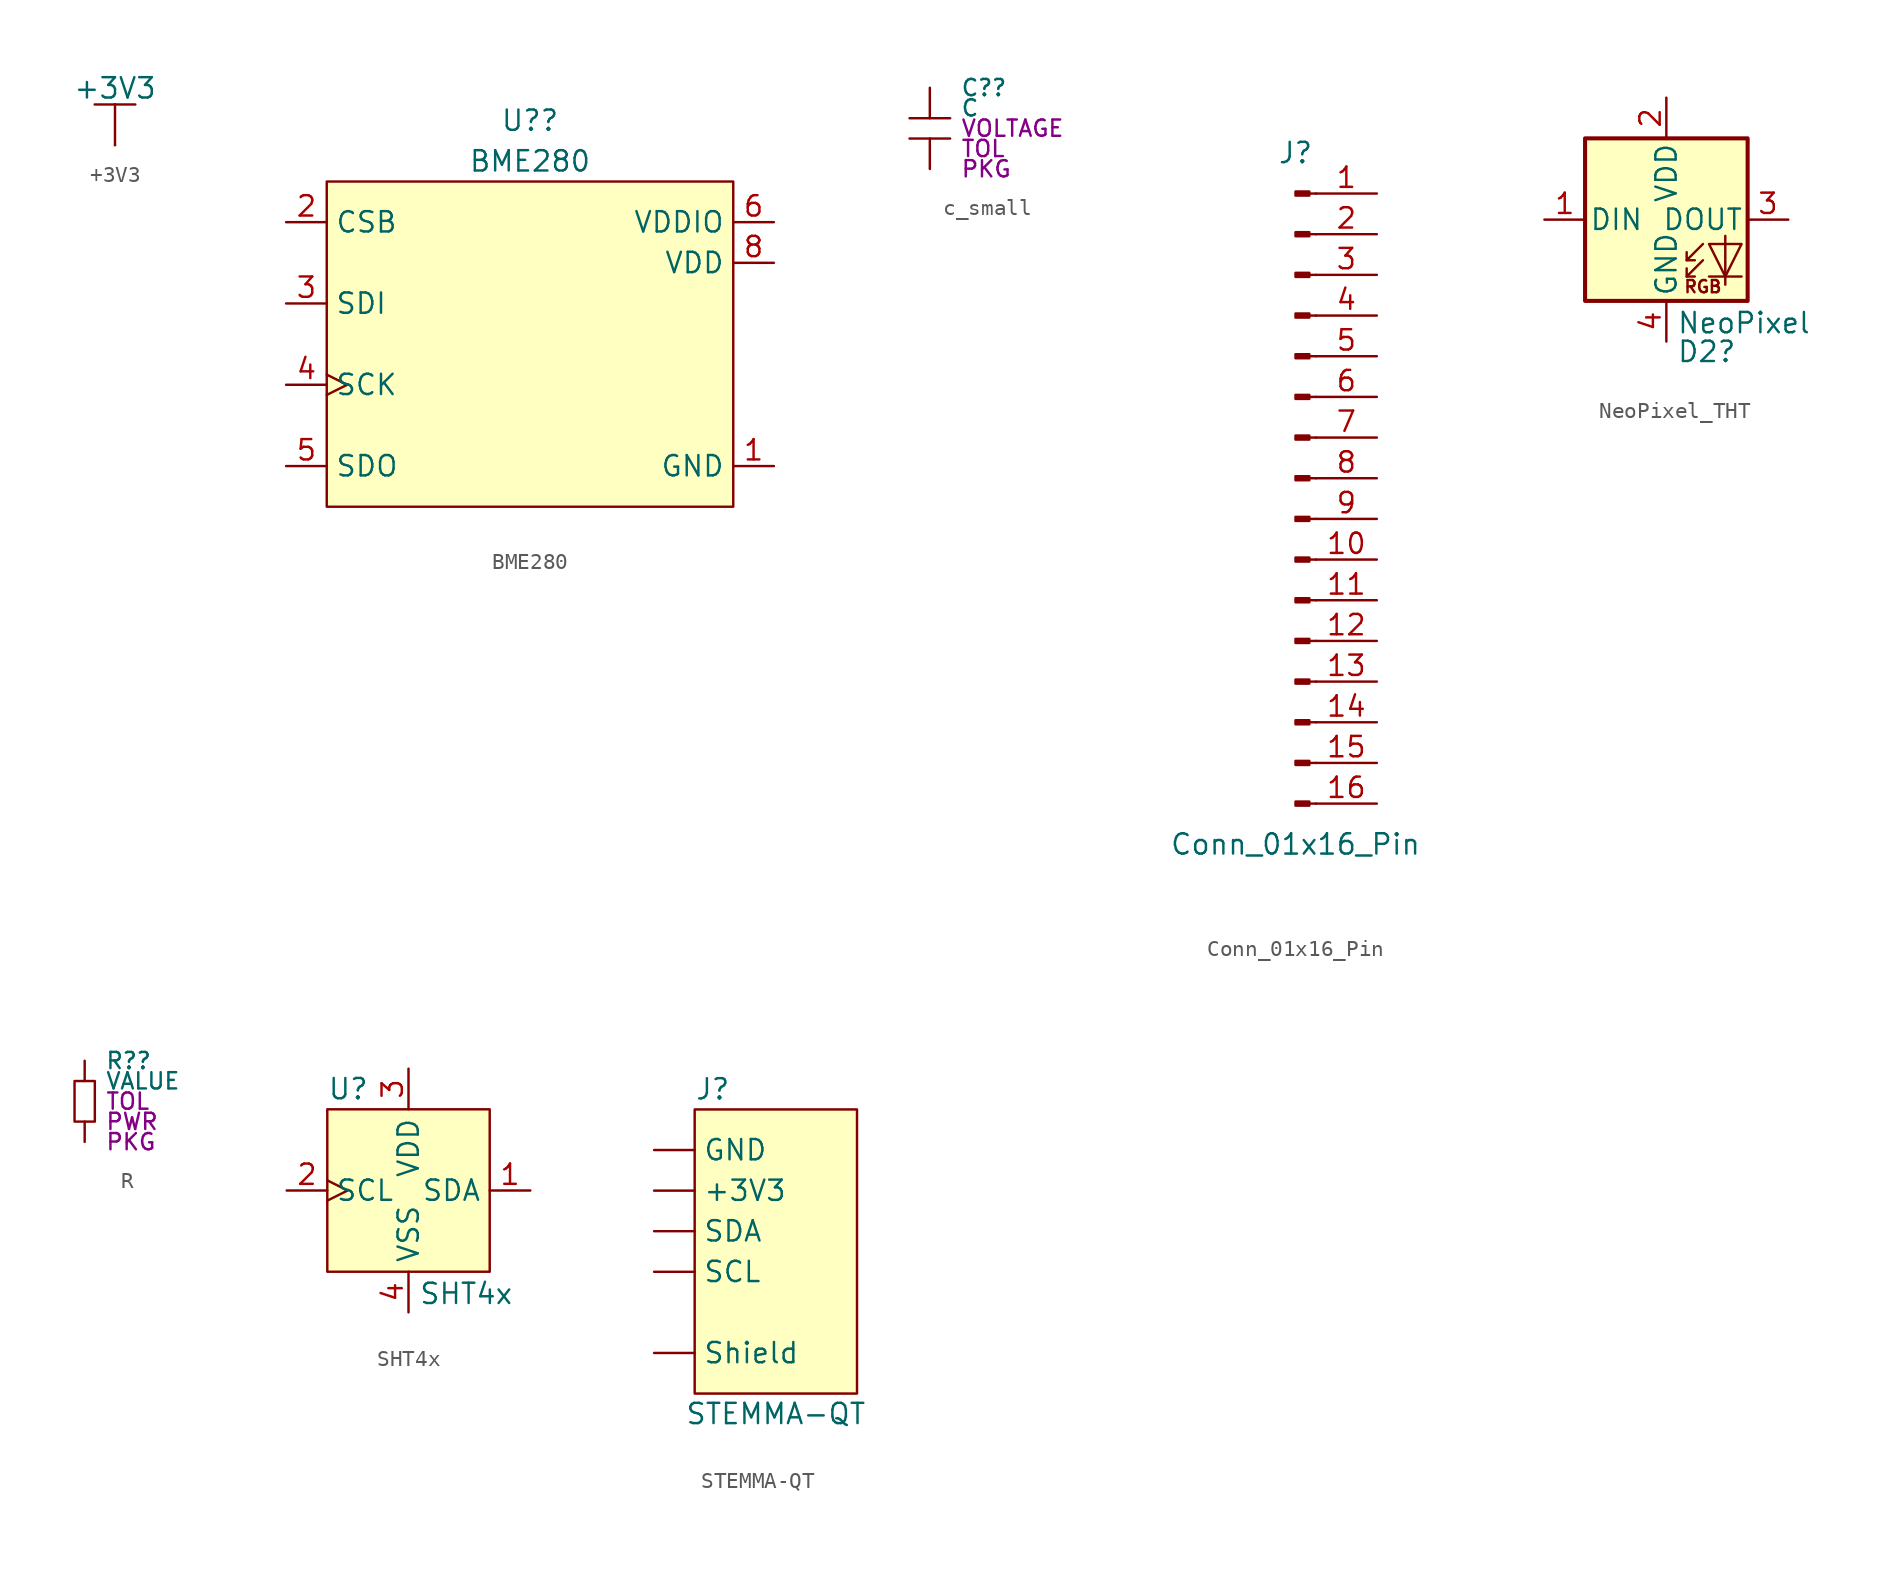
<source format=kicad_sym>
(kicad_symbol_lib
  (version 20241209)
  (generator "kicad_symbol_editor")
  (generator_version "9.0")
  (symbol "+3V3"
    (power)
    (pin_numbers
      (hide yes))
    (pin_names
      (offset 0)
      (hide yes))
    (property "Reference" "#PWR"
      (at 0 0 0)
      (effects (font (size 1.27 1.27)) (hide yes)))
    (property "Value" "+3V3"
      (at 0 3.556 0)
      (do_not_autoplace)
      (effects (font (size 1.27 1.27))))
    (symbol "+3V3_0_1"
      (polyline (pts (xy -1.27 2.54) (xy 0 2.54)) (stroke (width 0) (type default)) (fill (type none)))
      (polyline (pts (xy 0 2.54) (xy 1.27 2.54)) (stroke (width 0) (type default)) (fill (type none)))
      (polyline (pts (xy 0 0) (xy 0 2.54)) (stroke (width 0) (type default)) (fill (type none))))
    (symbol "+3V3_1_1"
      (pin power_in line (at 0 0 90) (length 0) (name "~" (effects (font (size 1.27 1.27)))) (number "1" (effects (font (size 1.27 1.27)))))))
  (symbol "BME280"
    (property "Reference" "U?"
      (at 0 13.97 0)
      (do_not_autoplace)
      (effects (font (size 1.27 1.27))))
    (property "Value" "BME280"
      (at 0 11.43 0)
      (do_not_autoplace)
      (effects (font (size 1.27 1.27))))
    (symbol "BME280_0_0"
      (pin input line (at -15.24 7.62 0) (length 2.54) (name "CSB" (effects (font (size 1.27 1.27)))) (number "2" (effects (font (size 1.27 1.27)))))
      (pin output line (at -15.24 -7.62 0) (length 2.54) (name "SDO" (effects (font (size 1.27 1.27)))) (number "5" (effects (font (size 1.27 1.27)))))
      (pin power_in line (at 15.24 7.62 180) (length 2.54) (name "VDDIO" (effects (font (size 1.27 1.27)))) (number "6" (effects (font (size 1.27 1.27)))))
      (pin power_in line (at 15.24 5.08 180) (length 2.54) (name "VDD" (effects (font (size 1.27 1.27)))) (number "8" (effects (font (size 1.27 1.27)))))
      (pin power_in line (at 15.24 -7.62 180) (length 2.54) (name "GND" (effects (font (size 1.27 1.27)))) (number "1" (effects (font (size 1.27 1.27))))))
    (symbol "BME280_1_0"
      (pin input line (at -15.24 2.54 0) (length 2.54) (name "SDI" (effects (font (size 1.27 1.27)))) (number "3" (effects (font (size 1.27 1.27)))) (alternate "SDA" bidirectional line) (alternate "SDI/SDO" bidirectional line))
      (pin input clock (at -15.24 -2.54 0) (length 2.54) (name "SCK" (effects (font (size 1.27 1.27)))) (number "4" (effects (font (size 1.27 1.27)))) (alternate "SCL" input clock))
      (pin power_in line (at 15.24 -7.62 180) (length 2.54) (hide yes) (name "GND" (effects (font (size 1.27 1.27)))) (number "7" (effects (font (size 1.27 1.27))))))
    (symbol "BME280_1_1"
      (rectangle (start -12.7 10.16) (end 12.7 -10.16) (stroke (width 0) (type solid)) (fill (type background)))))
  (symbol "c_small"
    (property "Reference" "C?"
      (at 1.905 2.54 0)
      (do_not_autoplace)
      (effects (font (size 1.016 1.016)) (justify left)))
    (property "Value" "C"
      (at 1.905 1.27 0)
      (do_not_autoplace)
      (effects (font (size 1.016 1.016)) (justify left)))
    (property "Tolerance" "TOL"
      (at 1.905 -1.27 0)
      (do_not_autoplace)
      (effects (font (size 1.016 1.016)) (justify left)))
    (property "Voltage Rating" "VOLTAGE"
      (at 1.905 0 0)
      (do_not_autoplace)
      (effects (font (size 1.016 1.016)) (justify left)))
    (property "Package" "PKG"
      (at 1.905 -2.54 0)
      (do_not_autoplace)
      (effects (font (size 1.016 1.016)) (justify left)))
    (symbol "c_small_0_1"
      (polyline (pts (xy -1.27 0.635) (xy 1.27 0.635)) (stroke (width 0) (type default)) (fill (type none)))
      (polyline (pts (xy -1.27 -0.635) (xy 1.27 -0.635)) (stroke (width 0) (type default)) (fill (type none))))
    (symbol "c_small_1_1"
      (pin passive line (at 0 2.54 270) (length 1.905) (name "" (effects (font (size 0 0)))) (number "1" (effects (font (size 0 0)))))
      (pin passive line (at 0 -2.54 90) (length 1.905) (name "" (effects (font (size 0 0)))) (number "2" (effects (font (size 0 0)))))))
  (symbol "Conn_01x16_Pin"
    (pin_names
      (offset 1.016)
      (hide yes))
    (property "Reference" "J"
      (at 0 20.32 0)
      (effects (font (size 1.27 1.27))))
    (property "Value" "Conn_01x16_Pin"
      (at 0 -22.86 0)
      (effects (font (size 1.27 1.27))))
    (symbol "Conn_01x16_Pin_1_1"
      (rectangle (start 0.864 17.907) (end 0 17.653) (stroke (width 0.152) (type default)) (fill (type outline)))
      (rectangle (start 0.864 15.367) (end 0 15.113) (stroke (width 0.152) (type default)) (fill (type outline)))
      (rectangle (start 0.864 12.827) (end 0 12.573) (stroke (width 0.152) (type default)) (fill (type outline)))
      (rectangle (start 0.864 10.287) (end 0 10.033) (stroke (width 0.152) (type default)) (fill (type outline)))
      (rectangle (start 0.864 7.747) (end 0 7.493) (stroke (width 0.152) (type default)) (fill (type outline)))
      (rectangle (start 0.864 5.207) (end 0 4.953) (stroke (width 0.152) (type default)) (fill (type outline)))
      (rectangle (start 0.864 2.667) (end 0 2.413) (stroke (width 0.152) (type default)) (fill (type outline)))
      (rectangle (start 0.864 0.127) (end 0 -0.127) (stroke (width 0.152) (type default)) (fill (type outline)))
      (rectangle (start 0.864 -2.413) (end 0 -2.667) (stroke (width 0.152) (type default)) (fill (type outline)))
      (rectangle (start 0.864 -4.953) (end 0 -5.207) (stroke (width 0.152) (type default)) (fill (type outline)))
      (rectangle (start 0.864 -7.493) (end 0 -7.747) (stroke (width 0.152) (type default)) (fill (type outline)))
      (rectangle (start 0.864 -10.033) (end 0 -10.287) (stroke (width 0.152) (type default)) (fill (type outline)))
      (rectangle (start 0.864 -12.573) (end 0 -12.827) (stroke (width 0.152) (type default)) (fill (type outline)))
      (rectangle (start 0.864 -15.113) (end 0 -15.367) (stroke (width 0.152) (type default)) (fill (type outline)))
      (rectangle (start 0.864 -17.653) (end 0 -17.907) (stroke (width 0.152) (type default)) (fill (type outline)))
      (rectangle (start 0.864 -20.193) (end 0 -20.447) (stroke (width 0.152) (type default)) (fill (type outline)))
      (polyline (pts (xy 1.27 17.78) (xy 0.864 17.78)) (stroke (width 0.152) (type default)) (fill (type none)))
      (polyline (pts (xy 1.27 15.24) (xy 0.864 15.24)) (stroke (width 0.152) (type default)) (fill (type none)))
      (polyline (pts (xy 1.27 12.7) (xy 0.864 12.7)) (stroke (width 0.152) (type default)) (fill (type none)))
      (polyline (pts (xy 1.27 10.16) (xy 0.864 10.16)) (stroke (width 0.152) (type default)) (fill (type none)))
      (polyline (pts (xy 1.27 7.62) (xy 0.864 7.62)) (stroke (width 0.152) (type default)) (fill (type none)))
      (polyline (pts (xy 1.27 5.08) (xy 0.864 5.08)) (stroke (width 0.152) (type default)) (fill (type none)))
      (polyline (pts (xy 1.27 2.54) (xy 0.864 2.54)) (stroke (width 0.152) (type default)) (fill (type none)))
      (polyline (pts (xy 1.27 0) (xy 0.864 0)) (stroke (width 0.152) (type default)) (fill (type none)))
      (polyline (pts (xy 1.27 -2.54) (xy 0.864 -2.54)) (stroke (width 0.152) (type default)) (fill (type none)))
      (polyline (pts (xy 1.27 -5.08) (xy 0.864 -5.08)) (stroke (width 0.152) (type default)) (fill (type none)))
      (polyline (pts (xy 1.27 -7.62) (xy 0.864 -7.62)) (stroke (width 0.152) (type default)) (fill (type none)))
      (polyline (pts (xy 1.27 -10.16) (xy 0.864 -10.16)) (stroke (width 0.152) (type default)) (fill (type none)))
      (polyline (pts (xy 1.27 -12.7) (xy 0.864 -12.7)) (stroke (width 0.152) (type default)) (fill (type none)))
      (polyline (pts (xy 1.27 -15.24) (xy 0.864 -15.24)) (stroke (width 0.152) (type default)) (fill (type none)))
      (polyline (pts (xy 1.27 -17.78) (xy 0.864 -17.78)) (stroke (width 0.152) (type default)) (fill (type none)))
      (polyline (pts (xy 1.27 -20.32) (xy 0.864 -20.32)) (stroke (width 0.152) (type default)) (fill (type none)))
      (pin passive line (at 5.08 17.78 180) (length 3.81) (name "Pin_1" (effects (font (size 1.27 1.27)))) (number "1" (effects (font (size 1.27 1.27)))))
      (pin passive line (at 5.08 15.24 180) (length 3.81) (name "Pin_2" (effects (font (size 1.27 1.27)))) (number "2" (effects (font (size 1.27 1.27)))))
      (pin passive line (at 5.08 12.7 180) (length 3.81) (name "Pin_3" (effects (font (size 1.27 1.27)))) (number "3" (effects (font (size 1.27 1.27)))))
      (pin passive line (at 5.08 10.16 180) (length 3.81) (name "Pin_4" (effects (font (size 1.27 1.27)))) (number "4" (effects (font (size 1.27 1.27)))))
      (pin passive line (at 5.08 7.62 180) (length 3.81) (name "Pin_5" (effects (font (size 1.27 1.27)))) (number "5" (effects (font (size 1.27 1.27)))))
      (pin passive line (at 5.08 5.08 180) (length 3.81) (name "Pin_6" (effects (font (size 1.27 1.27)))) (number "6" (effects (font (size 1.27 1.27)))))
      (pin passive line (at 5.08 2.54 180) (length 3.81) (name "Pin_7" (effects (font (size 1.27 1.27)))) (number "7" (effects (font (size 1.27 1.27)))))
      (pin passive line (at 5.08 0 180) (length 3.81) (name "Pin_8" (effects (font (size 1.27 1.27)))) (number "8" (effects (font (size 1.27 1.27)))))
      (pin passive line (at 5.08 -2.54 180) (length 3.81) (name "Pin_9" (effects (font (size 1.27 1.27)))) (number "9" (effects (font (size 1.27 1.27)))))
      (pin passive line (at 5.08 -5.08 180) (length 3.81) (name "Pin_10" (effects (font (size 1.27 1.27)))) (number "10" (effects (font (size 1.27 1.27)))))
      (pin passive line (at 5.08 -7.62 180) (length 3.81) (name "Pin_11" (effects (font (size 1.27 1.27)))) (number "11" (effects (font (size 1.27 1.27)))))
      (pin passive line (at 5.08 -10.16 180) (length 3.81) (name "Pin_12" (effects (font (size 1.27 1.27)))) (number "12" (effects (font (size 1.27 1.27)))))
      (pin passive line (at 5.08 -12.7 180) (length 3.81) (name "Pin_13" (effects (font (size 1.27 1.27)))) (number "13" (effects (font (size 1.27 1.27)))))
      (pin passive line (at 5.08 -15.24 180) (length 3.81) (name "Pin_14" (effects (font (size 1.27 1.27)))) (number "14" (effects (font (size 1.27 1.27)))))
      (pin passive line (at 5.08 -17.78 180) (length 3.81) (name "Pin_15" (effects (font (size 1.27 1.27)))) (number "15" (effects (font (size 1.27 1.27)))))
      (pin passive line (at 5.08 -20.32 180) (length 3.81) (name "Pin_16" (effects (font (size 1.27 1.27)))) (number "16" (effects (font (size 1.27 1.27)))))))
  (symbol "NeoPixel_THT"
    (pin_names
      (offset 0.254))
    (property "Reference" "D2"
      (at 0.635 -8.255 0)
      (effects (font (size 1.27 1.27)) (justify left)))
    (property "Value" "NeoPixel"
      (at 0.635 -5.715 0)
      (effects (font (size 1.27 1.27)) (justify left top)))
    (symbol "NeoPixel_THT_0_0"
      (text "RGB" (at 2.286 -4.191 0) (effects (font (size 0.762 0.762)))))
    (symbol "NeoPixel_THT_0_1"
      (polyline (pts (xy 1.27 -2.54) (xy 1.778 -2.54)) (stroke (width 0) (type default)) (fill (type none)))
      (polyline (pts (xy 1.27 -3.556) (xy 1.778 -3.556)) (stroke (width 0) (type default)) (fill (type none)))
      (polyline (pts (xy 2.286 -1.524) (xy 1.27 -2.54) (xy 1.27 -2.032)) (stroke (width 0) (type default)) (fill (type none)))
      (polyline (pts (xy 2.286 -2.54) (xy 1.27 -3.556) (xy 1.27 -3.048)) (stroke (width 0) (type default)) (fill (type none)))
      (polyline (pts (xy 3.683 -1.016) (xy 3.683 -3.556) (xy 3.683 -4.064)) (stroke (width 0) (type default)) (fill (type none)))
      (polyline (pts (xy 4.699 -1.524) (xy 2.667 -1.524) (xy 3.683 -3.556) (xy 4.699 -1.524)) (stroke (width 0) (type default)) (fill (type none)))
      (polyline (pts (xy 4.699 -3.556) (xy 2.667 -3.556)) (stroke (width 0) (type default)) (fill (type none)))
      (rectangle (start 5.08 5.08) (end -5.08 -5.08) (stroke (width 0.254) (type default)) (fill (type background))))
    (symbol "NeoPixel_THT_1_1"
      (pin input line (at -7.62 0 0) (length 2.54) (name "DIN" (effects (font (size 1.27 1.27)))) (number "1" (effects (font (size 1.27 1.27)))))
      (pin power_in line (at 0 7.62 270) (length 2.54) (name "VDD" (effects (font (size 1.27 1.27)))) (number "2" (effects (font (size 1.27 1.27)))))
      (pin power_in line (at 0 -7.62 90) (length 2.54) (name "GND" (effects (font (size 1.27 1.27)))) (number "4" (effects (font (size 1.27 1.27)))))
      (pin output line (at 7.62 0 180) (length 2.54) (name "DOUT" (effects (font (size 1.27 1.27)))) (number "3" (effects (font (size 1.27 1.27)))))))
  (symbol "R"
    (property "Reference" "R?"
      (at 1.27 2.54 0)
      (do_not_autoplace)
      (effects (font (size 1.016 1.016)) (justify left)))
    (property "Value" "VALUE"
      (at 1.27 1.27 0)
      (do_not_autoplace)
      (effects (font (size 1.016 1.016)) (justify left)))
    (property "Tolerance" "TOL"
      (at 1.27 0 0)
      (do_not_autoplace)
      (effects (font (size 1.016 1.016)) (justify left)))
    (property "Power Rating" "PWR"
      (at 1.27 -1.27 0)
      (do_not_autoplace)
      (effects (font (size 1.016 1.016)) (justify left)))
    (property "Package" "PKG"
      (at 1.27 -2.54 0)
      (do_not_autoplace)
      (effects (font (size 1.016 1.016)) (justify left)))
    (symbol "R_0_1"
      (polyline (pts (xy -0.635 1.27) (xy -0.635 -1.27) (xy 0.635 -1.27) (xy 0.635 1.27) (xy -0.635 1.27)) (stroke (width 0) (type default)) (fill (type none))))
    (symbol "R_1_1"
      (pin passive line (at 0 2.54 270) (length 1.27) (name "" (effects (font (size 0 0)))) (number "1" (effects (font (size 0 0)))))
      (pin passive line (at 0 -2.54 90) (length 1.27) (name "" (effects (font (size 0 0)))) (number "2" (effects (font (size 0 0)))))))
  (symbol "SHT4x"
    (property "Reference" "U"
      (at -5.08 6.35 0)
      (do_not_autoplace)
      (effects (font (size 1.27 1.27)) (justify left)))
    (property "Value" "SHT4x"
      (at 0.635 -5.715 0)
      (do_not_autoplace)
      (effects (font (size 1.27 1.27)) (justify left top)))
    (symbol "SHT4x_1_1"
      (rectangle (start -5.08 5.08) (end 5.08 -5.08) (stroke (width 0) (type default)) (fill (type background)))
      (pin input clock (at -7.62 0 0) (length 2.54) (name "SCL" (effects (font (size 1.27 1.27)))) (number "2" (effects (font (size 1.27 1.27)))))
      (pin power_in line (at 0 7.62 270) (length 2.54) (name "VDD" (effects (font (size 1.27 1.27)))) (number "3" (effects (font (size 1.27 1.27)))))
      (pin passive line (at 0 -7.62 90) (length 2.54) (name "VSS" (effects (font (size 1.27 1.27)))) (number "4" (effects (font (size 1.27 1.27)))))
      (pin bidirectional line (at 7.62 0 180) (length 2.54) (name "SDA" (effects (font (size 1.27 1.27)))) (number "1" (effects (font (size 1.27 1.27)))))))
  (symbol "STEMMA-QT"
    (pin_numbers
      (hide yes))
    (property "Reference" "J"
      (at -5.08 10.16 0)
      (do_not_autoplace)
      (effects (font (size 1.27 1.27)) (justify left)))
    (property "Value" "STEMMA-QT"
      (at 0 -10.16 0)
      (do_not_autoplace)
      (effects (font (size 1.27 1.27))))
    (symbol "STEMMA-QT_0_0"
      (pin passive line (at -7.62 -6.35 0) (length 2.54) (name "Shield" (effects (font (size 1.27 1.27)))) (number "MP" (effects (font (size 1.27 1.27))))))
    (symbol "STEMMA-QT_1_0"
      (pin passive line (at -7.62 6.35 0) (length 2.54) (name "GND" (effects (font (size 1.27 1.27)))) (number "1" (effects (font (size 1.27 1.27)))))
      (pin passive line (at -7.62 3.81 0) (length 2.54) (name "+3V3" (effects (font (size 1.27 1.27)))) (number "2" (effects (font (size 1.27 1.27)))))
      (pin passive line (at -7.62 1.27 0) (length 2.54) (name "SDA" (effects (font (size 1.27 1.27)))) (number "3" (effects (font (size 1.27 1.27)))))
      (pin passive line (at -7.62 -1.27 0) (length 2.54) (name "SCL" (effects (font (size 1.27 1.27)))) (number "4" (effects (font (size 1.27 1.27))))))
    (symbol "STEMMA-QT_1_1"
      (rectangle (start -5.08 8.89) (end 5.08 -8.89) (stroke (width 0) (type default)) (fill (type background))))))
</source>
